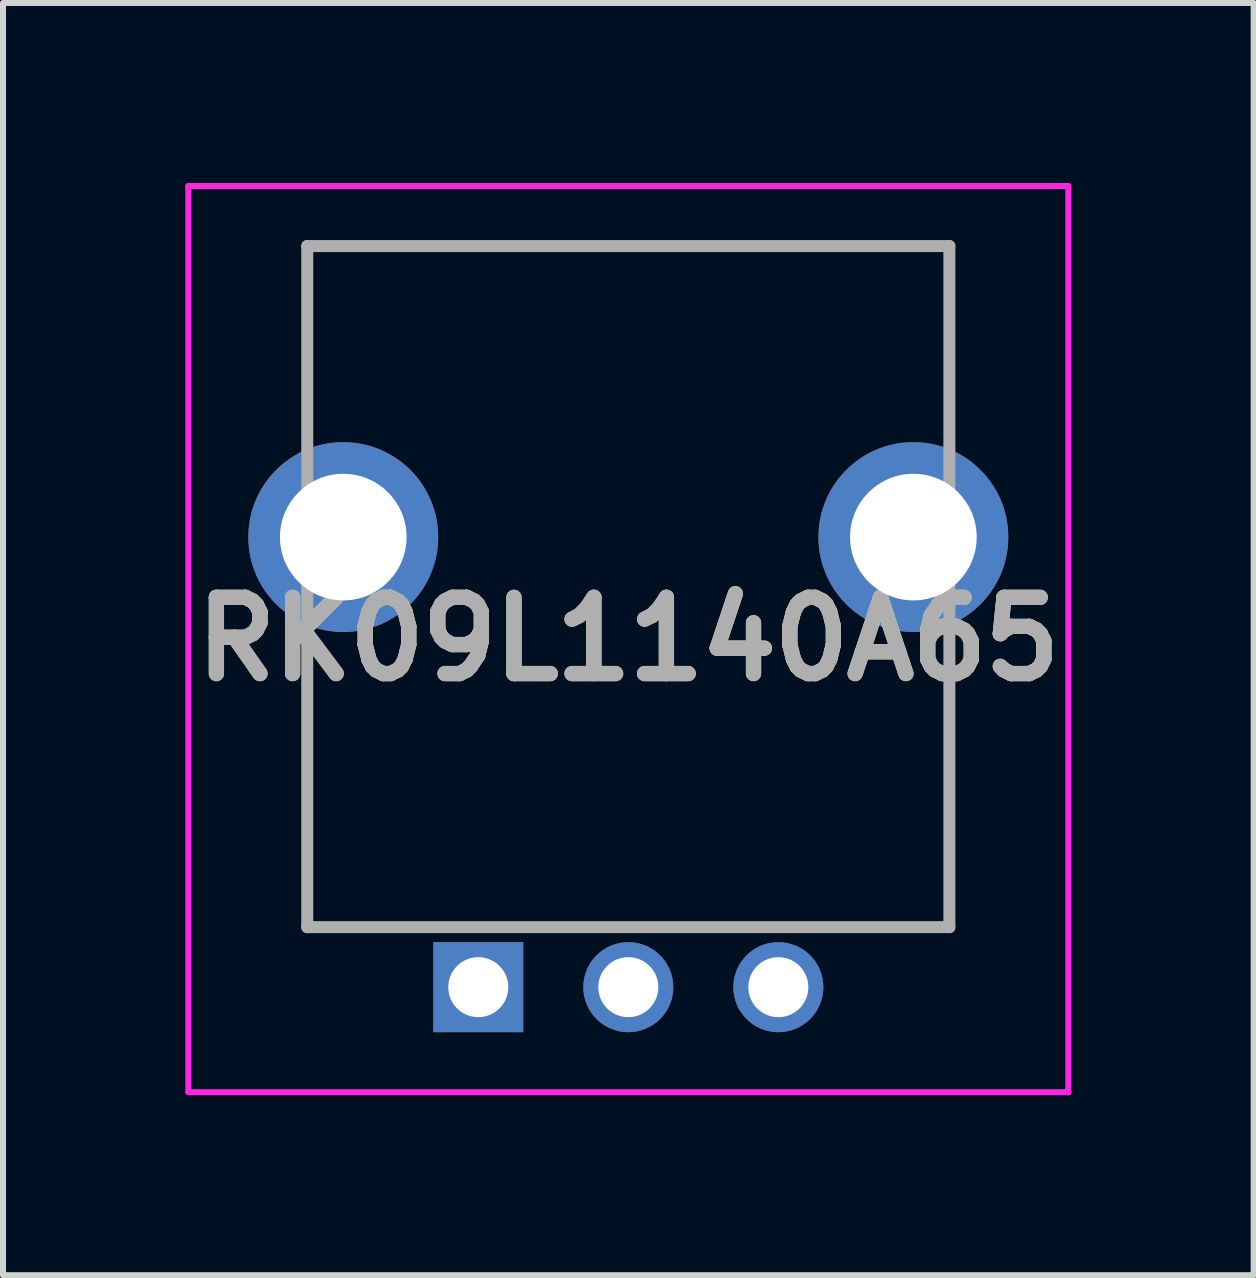
<source format=kicad_pcb>
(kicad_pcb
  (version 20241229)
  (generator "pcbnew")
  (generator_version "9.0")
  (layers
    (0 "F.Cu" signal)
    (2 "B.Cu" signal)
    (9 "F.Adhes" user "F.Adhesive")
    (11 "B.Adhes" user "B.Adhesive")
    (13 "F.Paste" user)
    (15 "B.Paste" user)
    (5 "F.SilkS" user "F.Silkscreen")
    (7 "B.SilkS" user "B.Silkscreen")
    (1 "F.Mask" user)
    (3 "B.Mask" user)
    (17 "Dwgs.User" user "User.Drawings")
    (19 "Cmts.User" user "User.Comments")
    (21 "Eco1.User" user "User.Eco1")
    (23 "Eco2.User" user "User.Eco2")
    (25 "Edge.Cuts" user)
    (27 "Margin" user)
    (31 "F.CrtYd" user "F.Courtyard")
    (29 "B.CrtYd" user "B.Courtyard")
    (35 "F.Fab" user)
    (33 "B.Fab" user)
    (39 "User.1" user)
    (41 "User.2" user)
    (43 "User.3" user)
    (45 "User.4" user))
  (footprint "RK09L1140A65"
    (layer "F.Cu")
    (at 4.92 13.4)
    (property "Reference" "RK09L1140A65" (at 2.5 -5.8 0) (layer "F.SilkS") (effects (font (size 1.27 1.27) (thickness 0.254))))
    (attr through_hole)
    (fp_line (start -2.85 -12.35) (end 7.85 -12.35) (stroke (width 0.1) (type solid)) (layer "F.SilkS"))
    (fp_line (start -2.85 -9.5) (end -2.85 -12.35) (stroke (width 0.1) (type solid)) (layer "F.SilkS"))
    (fp_line (start -2.85 -5.5) (end -2.85 -1) (stroke (width 0.1) (type solid)) (layer "F.SilkS"))
    (fp_line (start -2.85 -1) (end 7.85 -1) (stroke (width 0.1) (type solid)) (layer "F.SilkS"))
    (fp_line (start 7.85 -12.35) (end 7.85 -9.5) (stroke (width 0.1) (type solid)) (layer "F.SilkS"))
    (fp_line (start 7.85 -1) (end 7.85 -5.5) (stroke (width 0.1) (type solid)) (layer "F.SilkS"))
    (fp_line (start -4.832 -13.35) (end 9.832 -13.35) (stroke (width 0.1) (type solid)) (layer "F.CrtYd"))
    (fp_line (start -4.832 1.75) (end -4.832 -13.35) (stroke (width 0.1) (type solid)) (layer "F.CrtYd"))
    (fp_line (start 9.832 -13.35) (end 9.832 1.75) (stroke (width 0.1) (type solid)) (layer "F.CrtYd"))
    (fp_line (start 9.832 1.75) (end -4.832 1.75) (stroke (width 0.1) (type solid)) (layer "F.CrtYd"))
    (fp_line (start -2.85 -12.35) (end 7.85 -12.35) (stroke (width 0.2) (type solid)) (layer "F.Fab"))
    (fp_line (start -2.85 -1) (end -2.85 -12.35) (stroke (width 0.2) (type solid)) (layer "F.Fab"))
    (fp_line (start 7.85 -12.35) (end 7.85 -1) (stroke (width 0.2) (type solid)) (layer "F.Fab"))
    (fp_line (start 7.85 -1) (end -2.85 -1) (stroke (width 0.2) (type solid)) (layer "F.Fab"))
    (fp_text user "${REFERENCE}" (at 2.5 -5.8 0) (layer "F.Fab") (effects (font (size 1.27 1.27) (thickness 0.254))))
    (pad "1" thru_hole rect (at 0 0) (size 1.5 1.5) (drill 1) (layers "*.Cu" "*.Mask"))
    (pad "2" thru_hole circle (at 2.5 0) (size 1.5 1.5) (drill 1) (layers "*.Cu" "*.Mask"))
    (pad "3" thru_hole circle (at 5 0) (size 1.5 1.5) (drill 1) (layers "*.Cu" "*.Mask"))
    (pad "MH1" thru_hole circle (at -2.25 -7.5) (size 3.164 3.164) (drill 2.11) (layers "*.Cu" "*.Mask"))
    (pad "MH2" thru_hole circle (at 7.25 -7.5) (size 3.164 3.164) (drill 2.11) (layers "*.Cu" "*.Mask")))
  (gr_rect
    (start -3 -3)
    (end 17.841 18.2)
    (stroke (width 0.1) (type default))
    (fill no)
    (layer "Edge.Cuts")))
</source>
